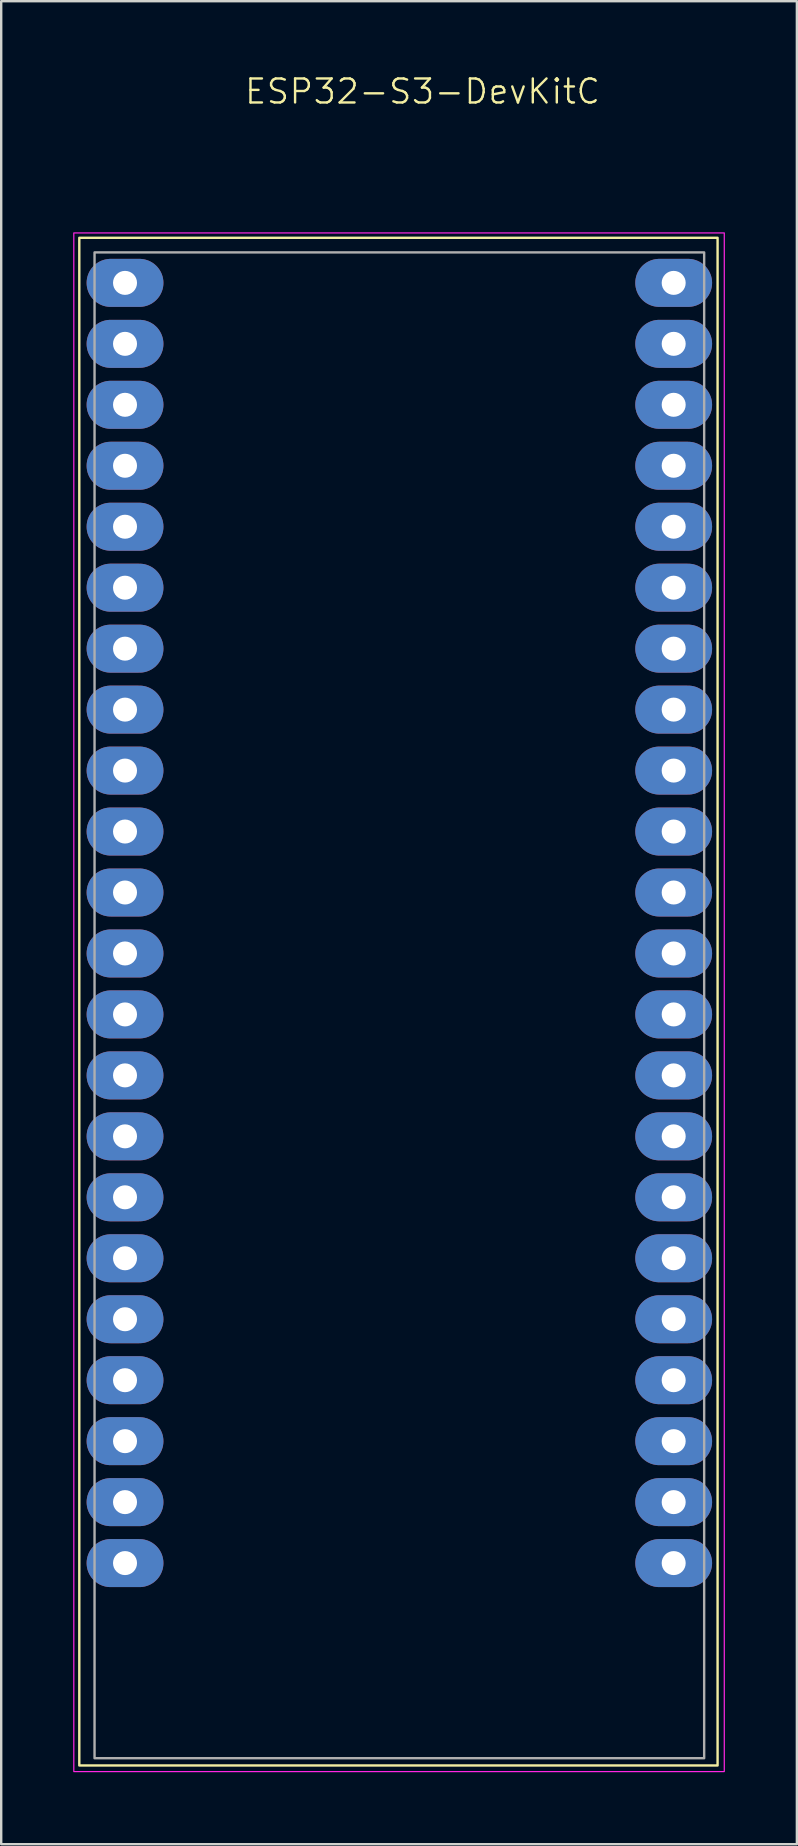
<source format=kicad_pcb>
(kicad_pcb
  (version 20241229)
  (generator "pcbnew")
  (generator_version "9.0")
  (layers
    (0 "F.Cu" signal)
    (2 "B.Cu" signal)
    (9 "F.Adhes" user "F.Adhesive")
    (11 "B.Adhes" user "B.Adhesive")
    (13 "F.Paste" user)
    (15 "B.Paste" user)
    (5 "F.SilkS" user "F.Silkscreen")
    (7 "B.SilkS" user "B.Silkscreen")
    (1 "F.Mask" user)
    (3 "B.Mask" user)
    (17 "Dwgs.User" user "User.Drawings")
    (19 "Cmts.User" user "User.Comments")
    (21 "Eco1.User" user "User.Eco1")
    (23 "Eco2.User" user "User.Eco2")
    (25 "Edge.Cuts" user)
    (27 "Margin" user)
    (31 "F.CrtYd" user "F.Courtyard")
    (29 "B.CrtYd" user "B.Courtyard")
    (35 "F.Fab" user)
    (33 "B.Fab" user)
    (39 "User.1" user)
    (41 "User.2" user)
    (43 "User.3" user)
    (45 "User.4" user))
  (footprint "ESP32-S3-DevKitC"
    (layer "F.Cu")
    (at 14.554 32.257)
    (property "Reference" "ESP32-S3-DevKitC" (at 0 -31.496 0) (unlocked yes) (layer "F.SilkS") (effects (font (size 1 1) (thickness 0.1))))
    (attr smd)
    (fp_rect (start -14.3 -25.4) (end 12.294 38.252) (stroke (width 0.1) (type default)) (fill no) (layer "F.SilkS"))
    (fp_rect (start -14.529 -25.603) (end 12.573 38.506) (stroke (width 0.05) (type default)) (fill no) (layer "F.CrtYd"))
    (fp_rect (start -13.665 -24.791) (end 11.735 37.949) (stroke (width 0.1) (type default)) (fill no) (layer "F.Fab"))
    (pad "0" thru_hole oval (at 10.465 9.499) (size 3.2 2) (drill 1) (layers "*.Cu" "*.Mask"))
    (pad "1" thru_hole oval (at 10.465 -15.901) (size 3.2 2) (drill 1) (layers "*.Cu" "*.Mask"))
    (pad "2" thru_hole oval (at 10.465 -13.361) (size 3.2 2) (drill 1) (layers "*.Cu" "*.Mask"))
    (pad "3" thru_hole oval (at -12.395 6.959) (size 3.2 2) (drill 1) (layers "*.Cu" "*.Mask"))
    (pad "3V3_1" thru_hole oval (at -12.395 -23.521) (size 3.2 2) (drill 1) (layers "*.Cu" "*.Mask"))
    (pad "3V3_2" thru_hole oval (at -12.395 -20.981) (size 3.2 2) (drill 1) (layers "*.Cu" "*.Mask"))
    (pad "4" thru_hole oval (at -12.395 -15.901) (size 3.2 2) (drill 1) (layers "*.Cu" "*.Mask"))
    (pad "5" thru_hole oval (at -12.395 -13.361) (size 3.2 2) (drill 1) (layers "*.Cu" "*.Mask"))
    (pad "5V" thru_hole oval (at -12.395 27.279) (size 3.2 2) (drill 1) (layers "*.Cu" "*.Mask"))
    (pad "6" thru_hole oval (at -12.395 -10.821) (size 3.2 2) (drill 1) (layers "*.Cu" "*.Mask"))
    (pad "7" thru_hole oval (at -12.395 -8.281) (size 3.2 2) (drill 1) (layers "*.Cu" "*.Mask"))
    (pad "8" thru_hole oval (at -12.395 4.419) (size 3.2 2) (drill 1) (layers "*.Cu" "*.Mask"))
    (pad "9" thru_hole oval (at -12.395 12.039) (size 3.2 2) (drill 1) (layers "*.Cu" "*.Mask"))
    (pad "10" thru_hole oval (at -12.395 14.579) (size 3.2 2) (drill 1) (layers "*.Cu" "*.Mask"))
    (pad "11" thru_hole oval (at -12.395 17.119) (size 3.2 2) (drill 1) (layers "*.Cu" "*.Mask"))
    (pad "12" thru_hole oval (at -12.395 19.659) (size 3.2 2) (drill 1) (layers "*.Cu" "*.Mask"))
    (pad "13" thru_hole oval (at -12.395 22.199) (size 3.2 2) (drill 1) (layers "*.Cu" "*.Mask"))
    (pad "14" thru_hole oval (at -12.395 24.739) (size 3.2 2) (drill 1) (layers "*.Cu" "*.Mask"))
    (pad "15" thru_hole oval (at -12.395 -5.741) (size 3.2 2) (drill 1) (layers "*.Cu" "*.Mask"))
    (pad "16" thru_hole oval (at -12.395 -3.201) (size 3.2 2) (drill 1) (layers "*.Cu" "*.Mask"))
    (pad "17" thru_hole oval (at -12.395 -0.661) (size 3.2 2) (drill 1) (layers "*.Cu" "*.Mask"))
    (pad "18" thru_hole oval (at -12.395 1.879) (size 3.2 2) (drill 1) (layers "*.Cu" "*.Mask"))
    (pad "19" thru_hole oval (at 10.465 24.739) (size 3.2 2) (drill 1) (layers "*.Cu" "*.Mask"))
    (pad "20" thru_hole oval (at 10.465 22.199) (size 3.2 2) (drill 1) (layers "*.Cu" "*.Mask"))
    (pad "21" thru_hole oval (at 10.465 19.659) (size 3.2 2) (drill 1) (layers "*.Cu" "*.Mask"))
    (pad "35" thru_hole oval (at 10.465 6.959) (size 3.2 2) (drill 1) (layers "*.Cu" "*.Mask"))
    (pad "36" thru_hole oval (at 10.465 4.419) (size 3.2 2) (drill 1) (layers "*.Cu" "*.Mask"))
    (pad "37" thru_hole oval (at 10.465 1.879) (size 3.2 2) (drill 1) (layers "*.Cu" "*.Mask"))
    (pad "38" thru_hole oval (at 10.465 -0.661) (size 3.2 2) (drill 1) (layers "*.Cu" "*.Mask"))
    (pad "39" thru_hole oval (at 10.465 -3.201) (size 3.2 2) (drill 1) (layers "*.Cu" "*.Mask"))
    (pad "40" thru_hole oval (at 10.465 -5.741) (size 3.2 2) (drill 1) (layers "*.Cu" "*.Mask"))
    (pad "41" thru_hole oval (at 10.465 -8.281) (size 3.2 2) (drill 1) (layers "*.Cu" "*.Mask"))
    (pad "42" thru_hole oval (at 10.465 -10.821) (size 3.2 2) (drill 1) (layers "*.Cu" "*.Mask"))
    (pad "45" thru_hole oval (at 10.465 12.039) (size 3.2 2) (drill 1) (layers "*.Cu" "*.Mask"))
    (pad "46" thru_hole oval (at -12.395 9.499) (size 3.2 2) (drill 1) (layers "*.Cu" "*.Mask"))
    (pad "47" thru_hole oval (at 10.465 17.119) (size 3.2 2) (drill 1) (layers "*.Cu" "*.Mask"))
    (pad "48" thru_hole oval (at 10.465 14.579) (size 3.2 2) (drill 1) (layers "*.Cu" "*.Mask"))
    (pad "GND22" thru_hole oval (at -12.395 29.819) (size 3.2 2) (drill 1) (layers "*.Cu" "*.Mask"))
    (pad "GND23" thru_hole oval (at 10.465 29.819) (size 3.2 2) (drill 1) (layers "*.Cu" "*.Mask"))
    (pad "GND24" thru_hole oval (at 10.465 27.279) (size 3.2 2) (drill 1) (layers "*.Cu" "*.Mask"))
    (pad "GND44" thru_hole oval (at 10.465 -23.521) (size 3.2 2) (drill 1) (layers "*.Cu" "*.Mask"))
    (pad "RST" thru_hole oval (at -12.395 -18.441) (size 3.2 2) (drill 1) (layers "*.Cu" "*.Mask"))
    (pad "RX" thru_hole oval (at 10.465 -18.441) (size 3.2 2) (drill 1) (layers "*.Cu" "*.Mask"))
    (pad "TX" thru_hole oval (at 10.465 -20.981) (size 3.2 2) (drill 1) (layers "*.Cu" "*.Mask")))
  (gr_rect
    (start -3 -3)
    (end 30.152 73.788)
    (stroke (width 0.1) (type default))
    (fill no)
    (layer "Edge.Cuts")))
</source>
